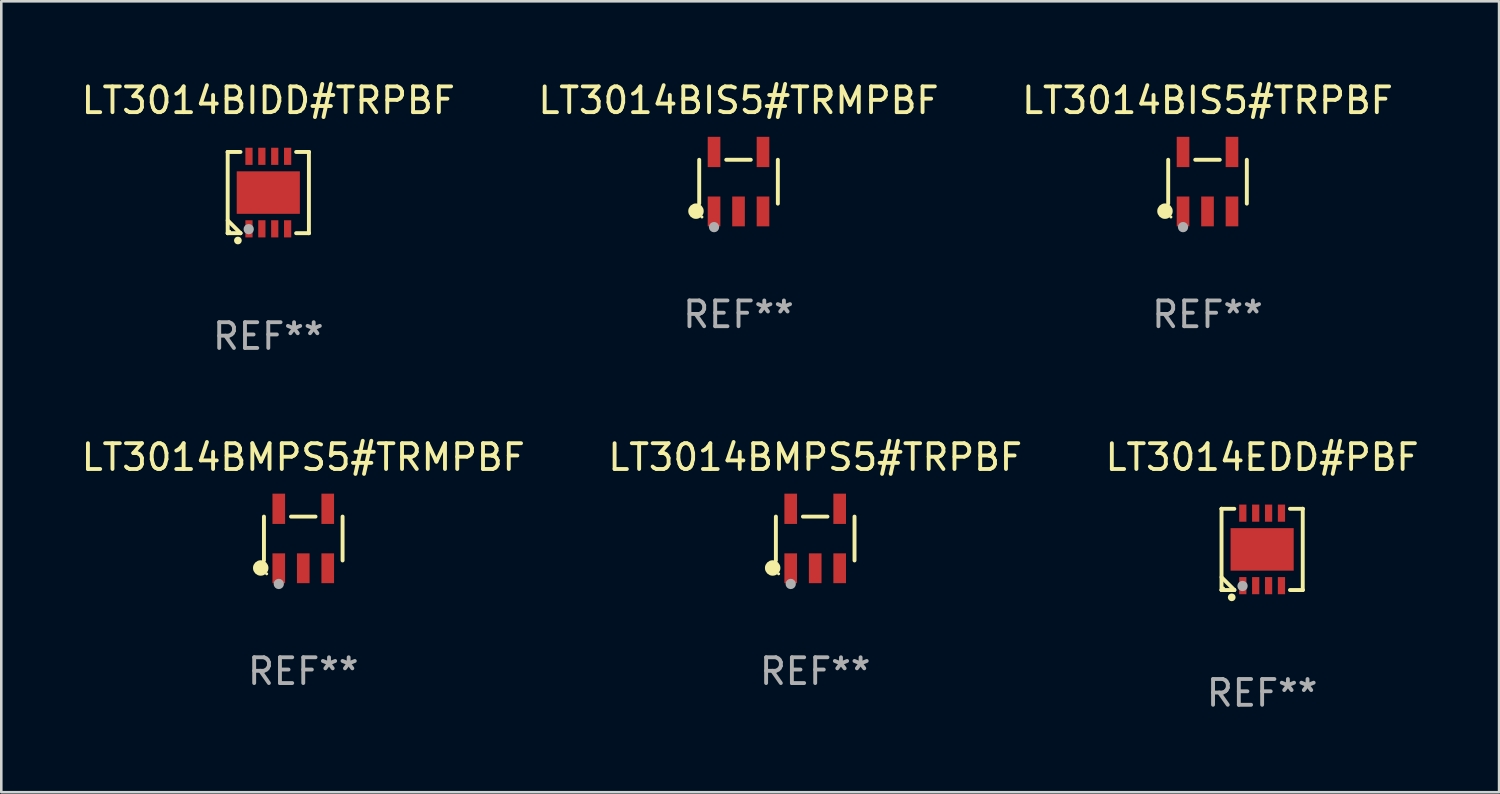
<source format=kicad_pcb>
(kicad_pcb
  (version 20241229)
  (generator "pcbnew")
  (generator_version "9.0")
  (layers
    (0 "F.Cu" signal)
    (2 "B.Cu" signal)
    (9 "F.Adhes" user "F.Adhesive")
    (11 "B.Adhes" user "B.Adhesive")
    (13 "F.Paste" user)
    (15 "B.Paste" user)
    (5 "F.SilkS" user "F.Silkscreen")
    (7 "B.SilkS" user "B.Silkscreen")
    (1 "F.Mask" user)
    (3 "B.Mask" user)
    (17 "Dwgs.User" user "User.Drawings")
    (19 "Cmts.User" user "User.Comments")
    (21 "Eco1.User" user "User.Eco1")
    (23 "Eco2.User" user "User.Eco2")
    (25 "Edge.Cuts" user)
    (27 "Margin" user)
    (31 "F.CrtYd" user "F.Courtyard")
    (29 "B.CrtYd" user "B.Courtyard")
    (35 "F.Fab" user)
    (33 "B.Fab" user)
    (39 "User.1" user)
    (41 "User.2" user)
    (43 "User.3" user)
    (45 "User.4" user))
  (footprint "LT3014BIDD#TRPBF"
    (layer "F.Cu")
    (at 7.363 4.424)
    (property "Reference" "LT3014BIDD#TRPBF" (at 0 -3.576 0) (layer "F.SilkS") (effects (font (size 1 1) (thickness 0.15))))
    (attr through_hole)
    (fp_line (start -1.576 -1.576) (end -1.576 -1.576) (stroke (width 0.152) (type solid)) (layer "F.SilkS"))
    (fp_line (start -1.576 -1.576) (end -1.08 -1.576) (stroke (width 0.152) (type solid)) (layer "F.SilkS"))
    (fp_line (start -1.576 1.576) (end -1.576 -1.576) (stroke (width 0.152) (type solid)) (layer "F.SilkS"))
    (fp_line (start -1.576 1.576) (end -1.576 1.576) (stroke (width 0.152) (type solid)) (layer "F.SilkS"))
    (fp_line (start -1.08 1.575) (end -1.576 1.079) (stroke (width 0.152) (type solid)) (layer "F.SilkS"))
    (fp_line (start -1.08 1.576) (end -1.576 1.576) (stroke (width 0.152) (type solid)) (layer "F.SilkS"))
    (fp_line (start -1.08 1.576) (end -1.08 1.575) (stroke (width 0.152) (type solid)) (layer "F.SilkS"))
    (fp_line (start 1.08 1.576) (end 1.576 1.576) (stroke (width 0.152) (type solid)) (layer "F.SilkS"))
    (fp_line (start 1.576 -1.576) (end 1.08 -1.576) (stroke (width 0.152) (type solid)) (layer "F.SilkS"))
    (fp_line (start 1.576 -1.576) (end 1.576 -1.576) (stroke (width 0.152) (type solid)) (layer "F.SilkS"))
    (fp_line (start 1.576 1.576) (end 1.576 -1.576) (stroke (width 0.152) (type solid)) (layer "F.SilkS"))
    (fp_line (start 1.576 1.576) (end 1.576 1.576) (stroke (width 0.152) (type solid)) (layer "F.SilkS"))
    (fp_circle (center -1.5 1.5) (end -1.47 1.5) (stroke (width 0.06) (type solid)) (fill no) (layer "F.SilkS"))
    (fp_circle (center -1.18 1.86) (end -1.105 1.86) (stroke (width 0.15) (type solid)) (fill no) (layer "F.SilkS"))
    (fp_circle (center -0.76 1.42) (end -0.66 1.42) (stroke (width 0.2) (type solid)) (fill no) (layer "F.Fab"))
    (fp_text user "REF**" (at 0 5.576 0) (layer "F.Fab") (effects (font (size 1 1) (thickness 0.15))))
    (pad "1" smd rect (at -0.75 1.407) (size 0.28 0.665) (layers "F.Cu" "F.Mask" "F.Paste"))
    (pad "2" smd rect (at -0.25 1.407) (size 0.28 0.665) (layers "F.Cu" "F.Mask" "F.Paste"))
    (pad "3" smd rect (at 0.25 1.407) (size 0.28 0.665) (layers "F.Cu" "F.Mask" "F.Paste"))
    (pad "4" smd rect (at 0.75 1.407) (size 0.28 0.665) (layers "F.Cu" "F.Mask" "F.Paste"))
    (pad "5" smd rect (at 0.75 -1.407) (size 0.28 0.665) (layers "F.Cu" "F.Mask" "F.Paste"))
    (pad "6" smd rect (at 0.25 -1.407) (size 0.28 0.665) (layers "F.Cu" "F.Mask" "F.Paste"))
    (pad "7" smd rect (at -0.25 -1.407) (size 0.28 0.665) (layers "F.Cu" "F.Mask" "F.Paste"))
    (pad "8" smd rect (at -0.75 -1.407) (size 0.28 0.665) (layers "F.Cu" "F.Mask" "F.Paste"))
    (pad "9" smd rect (at 0 0) (size 2.45 1.65) (layers "F.Cu" "F.Mask" "F.Paste")))
  (footprint "LT3014BMPS5#TRMPBF"
    (layer "F.Cu")
    (at 8.72 17.851)
    (property "Reference" "LT3014BMPS5#TRMPBF" (at 0 -3.154 0) (layer "F.SilkS") (effects (font (size 1 1) (thickness 0.15))))
    (attr through_hole)
    (fp_line (start -1.526 0.851) (end -1.526 -0.851) (stroke (width 0.152) (type solid)) (layer "F.SilkS"))
    (fp_line (start 0.476 -0.851) (end -0.476 -0.851) (stroke (width 0.152) (type solid)) (layer "F.SilkS"))
    (fp_line (start 1.526 0.851) (end 1.526 -0.851) (stroke (width 0.152) (type solid)) (layer "F.SilkS"))
    (fp_circle (center -1.651 1.143) (end -1.501 1.143) (stroke (width 0.3) (type solid)) (fill no) (layer "F.SilkS"))
    (fp_circle (center -1.42 1.37) (end -1.39 1.37) (stroke (width 0.06) (type solid)) (fill no) (layer "F.SilkS"))
    (fp_circle (center -0.95 1.763) (end -0.85 1.763) (stroke (width 0.2) (type solid)) (fill no) (layer "F.Fab"))
    (fp_text user "REF**" (at 0 5.154 0) (layer "F.Fab") (effects (font (size 1 1) (thickness 0.15))))
    (pad "1" smd rect (at -0.95 1.154) (size 0.49 1.157) (layers "F.Cu" "F.Mask" "F.Paste"))
    (pad "2" smd rect (at 0 1.154) (size 0.49 1.157) (layers "F.Cu" "F.Mask" "F.Paste"))
    (pad "3" smd rect (at 0.95 1.154) (size 0.49 1.157) (layers "F.Cu" "F.Mask" "F.Paste"))
    (pad "4" smd rect (at 0.95 -1.154) (size 0.49 1.175) (layers "F.Cu" "F.Mask" "F.Paste"))
    (pad "5" smd rect (at -0.95 -1.154) (size 0.49 1.175) (layers "F.Cu" "F.Mask" "F.Paste")))
  (footprint "LT3014BIS5#TRPBF"
    (layer "F.Cu")
    (at 43.815 4.002)
    (property "Reference" "LT3014BIS5#TRPBF" (at 0 -3.154 0) (layer "F.SilkS") (effects (font (size 1 1) (thickness 0.15))))
    (attr through_hole)
    (fp_line (start -1.526 0.851) (end -1.526 -0.851) (stroke (width 0.152) (type solid)) (layer "F.SilkS"))
    (fp_line (start 0.476 -0.851) (end -0.476 -0.851) (stroke (width 0.152) (type solid)) (layer "F.SilkS"))
    (fp_line (start 1.526 0.851) (end 1.526 -0.851) (stroke (width 0.152) (type solid)) (layer "F.SilkS"))
    (fp_circle (center -1.651 1.143) (end -1.501 1.143) (stroke (width 0.3) (type solid)) (fill no) (layer "F.SilkS"))
    (fp_circle (center -1.42 1.37) (end -1.39 1.37) (stroke (width 0.06) (type solid)) (fill no) (layer "F.SilkS"))
    (fp_circle (center -0.95 1.763) (end -0.85 1.763) (stroke (width 0.2) (type solid)) (fill no) (layer "F.Fab"))
    (fp_text user "REF**" (at 0 5.154 0) (layer "F.Fab") (effects (font (size 1 1) (thickness 0.15))))
    (pad "1" smd rect (at -0.95 1.154) (size 0.49 1.157) (layers "F.Cu" "F.Mask" "F.Paste"))
    (pad "2" smd rect (at 0 1.154) (size 0.49 1.157) (layers "F.Cu" "F.Mask" "F.Paste"))
    (pad "3" smd rect (at 0.95 1.154) (size 0.49 1.157) (layers "F.Cu" "F.Mask" "F.Paste"))
    (pad "4" smd rect (at 0.95 -1.154) (size 0.49 1.175) (layers "F.Cu" "F.Mask" "F.Paste"))
    (pad "5" smd rect (at -0.95 -1.154) (size 0.49 1.175) (layers "F.Cu" "F.Mask" "F.Paste")))
  (footprint "LT3014BIS5#TRMPBF"
    (layer "F.Cu")
    (at 25.613 4.002)
    (property "Reference" "LT3014BIS5#TRMPBF" (at 0 -3.154 0) (layer "F.SilkS") (effects (font (size 1 1) (thickness 0.15))))
    (attr through_hole)
    (fp_line (start -1.526 0.851) (end -1.526 -0.851) (stroke (width 0.152) (type solid)) (layer "F.SilkS"))
    (fp_line (start 0.476 -0.851) (end -0.476 -0.851) (stroke (width 0.152) (type solid)) (layer "F.SilkS"))
    (fp_line (start 1.526 0.851) (end 1.526 -0.851) (stroke (width 0.152) (type solid)) (layer "F.SilkS"))
    (fp_circle (center -1.651 1.143) (end -1.501 1.143) (stroke (width 0.3) (type solid)) (fill no) (layer "F.SilkS"))
    (fp_circle (center -1.42 1.37) (end -1.39 1.37) (stroke (width 0.06) (type solid)) (fill no) (layer "F.SilkS"))
    (fp_circle (center -0.95 1.763) (end -0.85 1.763) (stroke (width 0.2) (type solid)) (fill no) (layer "F.Fab"))
    (fp_text user "REF**" (at 0 5.154 0) (layer "F.Fab") (effects (font (size 1 1) (thickness 0.15))))
    (pad "1" smd rect (at -0.95 1.154) (size 0.49 1.157) (layers "F.Cu" "F.Mask" "F.Paste"))
    (pad "2" smd rect (at 0 1.154) (size 0.49 1.157) (layers "F.Cu" "F.Mask" "F.Paste"))
    (pad "3" smd rect (at 0.95 1.154) (size 0.49 1.157) (layers "F.Cu" "F.Mask" "F.Paste"))
    (pad "4" smd rect (at 0.95 -1.154) (size 0.49 1.175) (layers "F.Cu" "F.Mask" "F.Paste"))
    (pad "5" smd rect (at -0.95 -1.154) (size 0.49 1.175) (layers "F.Cu" "F.Mask" "F.Paste")))
  (footprint "LT3014BMPS5#TRPBF"
    (layer "F.Cu")
    (at 28.589 17.851)
    (property "Reference" "LT3014BMPS5#TRPBF" (at 0 -3.154 0) (layer "F.SilkS") (effects (font (size 1 1) (thickness 0.15))))
    (attr through_hole)
    (fp_line (start -1.526 0.851) (end -1.526 -0.851) (stroke (width 0.152) (type solid)) (layer "F.SilkS"))
    (fp_line (start 0.476 -0.851) (end -0.476 -0.851) (stroke (width 0.152) (type solid)) (layer "F.SilkS"))
    (fp_line (start 1.526 0.851) (end 1.526 -0.851) (stroke (width 0.152) (type solid)) (layer "F.SilkS"))
    (fp_circle (center -1.651 1.143) (end -1.501 1.143) (stroke (width 0.3) (type solid)) (fill no) (layer "F.SilkS"))
    (fp_circle (center -1.42 1.37) (end -1.39 1.37) (stroke (width 0.06) (type solid)) (fill no) (layer "F.SilkS"))
    (fp_circle (center -0.95 1.763) (end -0.85 1.763) (stroke (width 0.2) (type solid)) (fill no) (layer "F.Fab"))
    (fp_text user "REF**" (at 0 5.154 0) (layer "F.Fab") (effects (font (size 1 1) (thickness 0.15))))
    (pad "1" smd rect (at -0.95 1.154) (size 0.49 1.157) (layers "F.Cu" "F.Mask" "F.Paste"))
    (pad "2" smd rect (at 0 1.154) (size 0.49 1.157) (layers "F.Cu" "F.Mask" "F.Paste"))
    (pad "3" smd rect (at 0.95 1.154) (size 0.49 1.157) (layers "F.Cu" "F.Mask" "F.Paste"))
    (pad "4" smd rect (at 0.95 -1.154) (size 0.49 1.175) (layers "F.Cu" "F.Mask" "F.Paste"))
    (pad "5" smd rect (at -0.95 -1.154) (size 0.49 1.175) (layers "F.Cu" "F.Mask" "F.Paste")))
  (footprint "LT3014EDD#PBF"
    (layer "F.Cu")
    (at 45.935 18.273)
    (property "Reference" "LT3014EDD#PBF" (at 0 -3.576 0) (layer "F.SilkS") (effects (font (size 1 1) (thickness 0.15))))
    (attr through_hole)
    (fp_line (start -1.576 -1.576) (end -1.576 -1.576) (stroke (width 0.152) (type solid)) (layer "F.SilkS"))
    (fp_line (start -1.576 -1.576) (end -1.08 -1.576) (stroke (width 0.152) (type solid)) (layer "F.SilkS"))
    (fp_line (start -1.576 1.576) (end -1.576 -1.576) (stroke (width 0.152) (type solid)) (layer "F.SilkS"))
    (fp_line (start -1.576 1.576) (end -1.576 1.576) (stroke (width 0.152) (type solid)) (layer "F.SilkS"))
    (fp_line (start -1.08 1.575) (end -1.576 1.079) (stroke (width 0.152) (type solid)) (layer "F.SilkS"))
    (fp_line (start -1.08 1.576) (end -1.576 1.576) (stroke (width 0.152) (type solid)) (layer "F.SilkS"))
    (fp_line (start -1.08 1.576) (end -1.08 1.575) (stroke (width 0.152) (type solid)) (layer "F.SilkS"))
    (fp_line (start 1.08 1.576) (end 1.576 1.576) (stroke (width 0.152) (type solid)) (layer "F.SilkS"))
    (fp_line (start 1.576 -1.576) (end 1.08 -1.576) (stroke (width 0.152) (type solid)) (layer "F.SilkS"))
    (fp_line (start 1.576 -1.576) (end 1.576 -1.576) (stroke (width 0.152) (type solid)) (layer "F.SilkS"))
    (fp_line (start 1.576 1.576) (end 1.576 -1.576) (stroke (width 0.152) (type solid)) (layer "F.SilkS"))
    (fp_line (start 1.576 1.576) (end 1.576 1.576) (stroke (width 0.152) (type solid)) (layer "F.SilkS"))
    (fp_circle (center -1.5 1.5) (end -1.47 1.5) (stroke (width 0.06) (type solid)) (fill no) (layer "F.SilkS"))
    (fp_circle (center -1.18 1.86) (end -1.105 1.86) (stroke (width 0.15) (type solid)) (fill no) (layer "F.SilkS"))
    (fp_circle (center -0.76 1.42) (end -0.66 1.42) (stroke (width 0.2) (type solid)) (fill no) (layer "F.Fab"))
    (fp_text user "REF**" (at 0 5.576 0) (layer "F.Fab") (effects (font (size 1 1) (thickness 0.15))))
    (pad "1" smd rect (at -0.75 1.407) (size 0.28 0.665) (layers "F.Cu" "F.Mask" "F.Paste"))
    (pad "2" smd rect (at -0.25 1.407) (size 0.28 0.665) (layers "F.Cu" "F.Mask" "F.Paste"))
    (pad "3" smd rect (at 0.25 1.407) (size 0.28 0.665) (layers "F.Cu" "F.Mask" "F.Paste"))
    (pad "4" smd rect (at 0.75 1.407) (size 0.28 0.665) (layers "F.Cu" "F.Mask" "F.Paste"))
    (pad "5" smd rect (at 0.75 -1.407) (size 0.28 0.665) (layers "F.Cu" "F.Mask" "F.Paste"))
    (pad "6" smd rect (at 0.25 -1.407) (size 0.28 0.665) (layers "F.Cu" "F.Mask" "F.Paste"))
    (pad "7" smd rect (at -0.25 -1.407) (size 0.28 0.665) (layers "F.Cu" "F.Mask" "F.Paste"))
    (pad "8" smd rect (at -0.75 -1.407) (size 0.28 0.665) (layers "F.Cu" "F.Mask" "F.Paste"))
    (pad "9" smd rect (at 0 0) (size 2.45 1.65) (layers "F.Cu" "F.Mask" "F.Paste")))
  (gr_rect
    (start -3 -3)
    (end 55.131 27.698)
    (stroke (width 0.1) (type default))
    (fill no)
    (layer "Edge.Cuts")))
</source>
